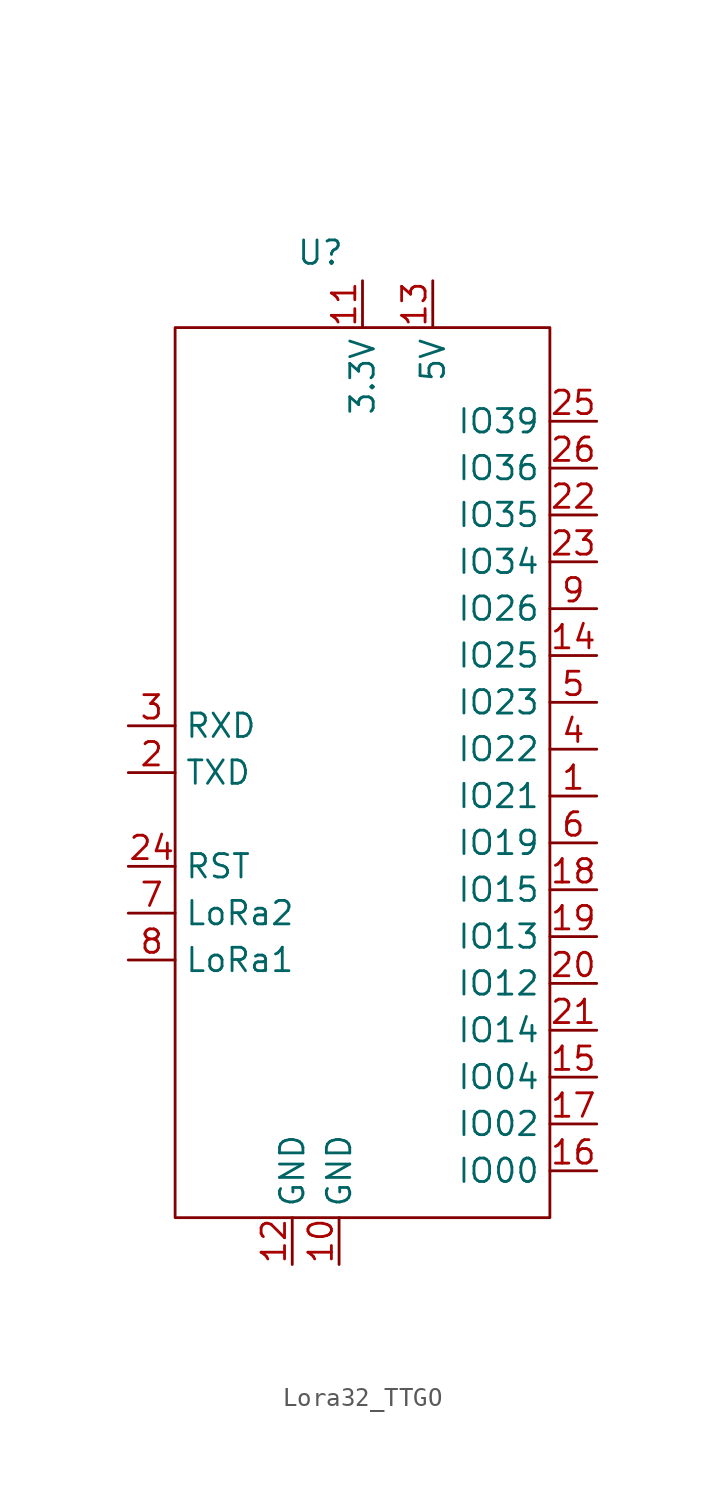
<source format=kicad_sym>
(kicad_symbol_lib
  (version 20231120)
  (generator "kicad_symbol_editor")
  (generator_version "8.0")
  (symbol "Lora32_TTGO"
    (property "Reference" "U"
      (at 4.064 -1.016 0)
      (effects (font (size 1.27 1.27))))
    (property "Value" ""
      (at 0 2.54 0)
      (effects (font (size 1.27 1.27))))
    (symbol "Lora32_TTGO_0_1"
      (rectangle (start -3.81 -5.08) (end 16.51 -53.34) (stroke (width 0) (type default)) (fill (type none))))
    (symbol "Lora32_TTGO_1_1"
      (pin input line (at 19.05 -30.48 180) (length 2.54) (name "IO21" (effects (font (size 1.27 1.27)))) (number "1" (effects (font (size 1.27 1.27)))))
      (pin input line (at 5.08 -55.88 90) (length 2.54) (name "GND" (effects (font (size 1.27 1.27)))) (number "10" (effects (font (size 1.27 1.27)))))
      (pin input line (at 6.35 -2.54 270) (length 2.54) (name "3.3V" (effects (font (size 1.27 1.27)))) (number "11" (effects (font (size 1.27 1.27)))))
      (pin input line (at 2.54 -55.88 90) (length 2.54) (name "GND" (effects (font (size 1.27 1.27)))) (number "12" (effects (font (size 1.27 1.27)))))
      (pin input line (at 10.16 -2.54 270) (length 2.54) (name "5V" (effects (font (size 1.27 1.27)))) (number "13" (effects (font (size 1.27 1.27)))))
      (pin input line (at 19.05 -22.86 180) (length 2.54) (name "IO25" (effects (font (size 1.27 1.27)))) (number "14" (effects (font (size 1.27 1.27)))))
      (pin input line (at 19.05 -45.72 180) (length 2.54) (name "IO04" (effects (font (size 1.27 1.27)))) (number "15" (effects (font (size 1.27 1.27)))))
      (pin input line (at 19.05 -50.8 180) (length 2.54) (name "IO00" (effects (font (size 1.27 1.27)))) (number "16" (effects (font (size 1.27 1.27)))))
      (pin input line (at 19.05 -48.26 180) (length 2.54) (name "IO02" (effects (font (size 1.27 1.27)))) (number "17" (effects (font (size 1.27 1.27)))))
      (pin input line (at 19.05 -35.56 180) (length 2.54) (name "IO15" (effects (font (size 1.27 1.27)))) (number "18" (effects (font (size 1.27 1.27)))))
      (pin input line (at 19.05 -38.1 180) (length 2.54) (name "IO13" (effects (font (size 1.27 1.27)))) (number "19" (effects (font (size 1.27 1.27)))))
      (pin input line (at -6.35 -29.21 0) (length 2.54) (name "TXD" (effects (font (size 1.27 1.27)))) (number "2" (effects (font (size 1.27 1.27)))))
      (pin input line (at 19.05 -40.64 180) (length 2.54) (name "IO12" (effects (font (size 1.27 1.27)))) (number "20" (effects (font (size 1.27 1.27)))))
      (pin input line (at 19.05 -43.18 180) (length 2.54) (name "IO14" (effects (font (size 1.27 1.27)))) (number "21" (effects (font (size 1.27 1.27)))))
      (pin input line (at 19.05 -15.24 180) (length 2.54) (name "IO35" (effects (font (size 1.27 1.27)))) (number "22" (effects (font (size 1.27 1.27)))))
      (pin input line (at 19.05 -17.78 180) (length 2.54) (name "IO34" (effects (font (size 1.27 1.27)))) (number "23" (effects (font (size 1.27 1.27)))))
      (pin input line (at -6.35 -34.29 0) (length 2.54) (name "RST" (effects (font (size 1.27 1.27)))) (number "24" (effects (font (size 1.27 1.27)))))
      (pin input line (at 19.05 -10.16 180) (length 2.54) (name "IO39" (effects (font (size 1.27 1.27)))) (number "25" (effects (font (size 1.27 1.27)))))
      (pin input line (at 19.05 -12.7 180) (length 2.54) (name "IO36" (effects (font (size 1.27 1.27)))) (number "26" (effects (font (size 1.27 1.27)))))
      (pin input line (at -6.35 -26.67 0) (length 2.54) (name "RXD" (effects (font (size 1.27 1.27)))) (number "3" (effects (font (size 1.27 1.27)))))
      (pin input line (at 19.05 -27.94 180) (length 2.54) (name "IO22" (effects (font (size 1.27 1.27)))) (number "4" (effects (font (size 1.27 1.27)))))
      (pin input line (at 19.05 -25.4 180) (length 2.54) (name "IO23" (effects (font (size 1.27 1.27)))) (number "5" (effects (font (size 1.27 1.27)))))
      (pin input line (at 19.05 -33.02 180) (length 2.54) (name "IO19" (effects (font (size 1.27 1.27)))) (number "6" (effects (font (size 1.27 1.27)))))
      (pin input line (at -6.35 -36.83 0) (length 2.54) (name "LoRa2" (effects (font (size 1.27 1.27)))) (number "7" (effects (font (size 1.27 1.27)))))
      (pin input line (at -6.35 -39.37 0) (length 2.54) (name "LoRa1" (effects (font (size 1.27 1.27)))) (number "8" (effects (font (size 1.27 1.27)))))
      (pin input line (at 19.05 -20.32 180) (length 2.54) (name "IO26" (effects (font (size 1.27 1.27)))) (number "9" (effects (font (size 1.27 1.27))))))))
</source>
